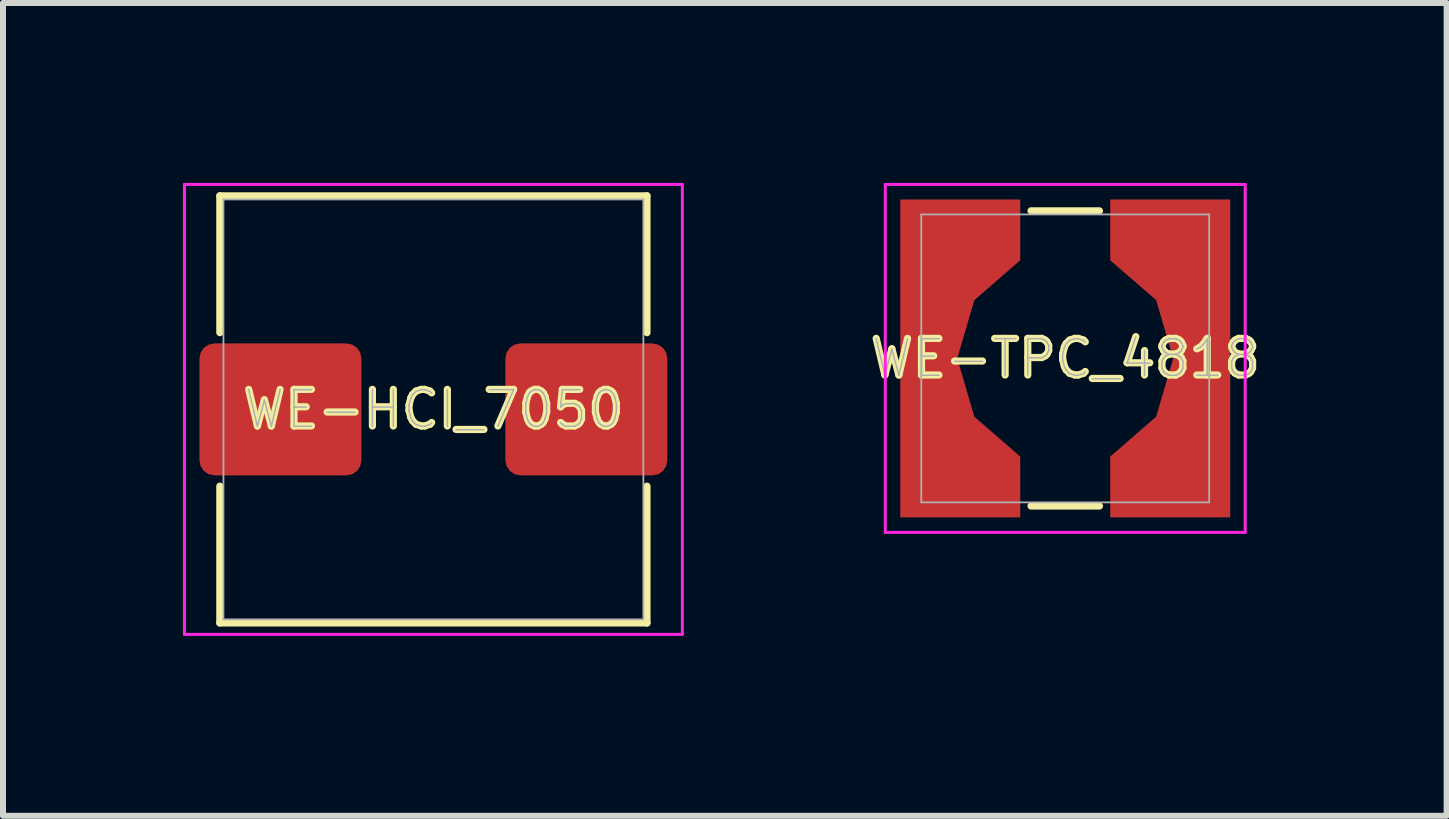
<source format=kicad_pcb>
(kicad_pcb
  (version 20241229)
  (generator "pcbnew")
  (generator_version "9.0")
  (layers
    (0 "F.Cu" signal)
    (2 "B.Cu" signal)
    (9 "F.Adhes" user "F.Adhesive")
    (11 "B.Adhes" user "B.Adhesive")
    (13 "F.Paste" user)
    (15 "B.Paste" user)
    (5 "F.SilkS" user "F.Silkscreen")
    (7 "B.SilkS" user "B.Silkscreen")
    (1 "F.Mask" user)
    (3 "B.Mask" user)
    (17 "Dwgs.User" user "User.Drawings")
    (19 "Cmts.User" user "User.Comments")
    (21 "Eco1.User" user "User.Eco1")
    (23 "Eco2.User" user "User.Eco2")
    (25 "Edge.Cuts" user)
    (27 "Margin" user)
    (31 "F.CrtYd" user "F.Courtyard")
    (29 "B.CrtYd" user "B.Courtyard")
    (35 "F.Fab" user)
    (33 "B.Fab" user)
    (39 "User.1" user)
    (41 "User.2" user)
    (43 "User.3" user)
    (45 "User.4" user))
  (footprint "WE-HCI_7050"
    (layer "F.Cu")
    (at 4.175 3.775)
    (property "Reference" "WE-HCI_7050" (at 0 0 0) (layer "F.SilkS") (effects (font (size 0.61 0.61) (thickness 0.12))))
    (attr smd)
    (fp_line (start -3.56 -3.56) (end -3.56 -1.28) (stroke (width 0.12) (type solid)) (layer "F.SilkS"))
    (fp_line (start -3.56 1.28) (end -3.56 3.56) (stroke (width 0.12) (type solid)) (layer "F.SilkS"))
    (fp_line (start -3.56 3.56) (end 3.56 3.56) (stroke (width 0.12) (type solid)) (layer "F.SilkS"))
    (fp_line (start 3.56 -3.56) (end -3.56 -3.56) (stroke (width 0.12) (type solid)) (layer "F.SilkS"))
    (fp_line (start 3.56 -1.28) (end 3.56 -3.56) (stroke (width 0.12) (type solid)) (layer "F.SilkS"))
    (fp_line (start 3.56 3.56) (end 3.56 1.28) (stroke (width 0.12) (type solid)) (layer "F.SilkS"))
    (fp_line (start -4.15 -3.75) (end 4.15 -3.75) (stroke (width 0.05) (type solid)) (layer "F.CrtYd"))
    (fp_line (start -4.15 3.75) (end -4.15 -3.75) (stroke (width 0.05) (type solid)) (layer "F.CrtYd"))
    (fp_line (start 4.15 -3.75) (end 4.15 3.75) (stroke (width 0.05) (type solid)) (layer "F.CrtYd"))
    (fp_line (start 4.15 3.75) (end -4.15 3.75) (stroke (width 0.05) (type solid)) (layer "F.CrtYd"))
    (fp_line (start -3.5 -3.5) (end 3.5 -3.5) (stroke (width 0.03) (type solid)) (layer "F.Fab"))
    (fp_line (start -3.5 3.5) (end -3.5 -3.5) (stroke (width 0.03) (type solid)) (layer "F.Fab"))
    (fp_line (start 3.5 -3.5) (end 3.5 3.5) (stroke (width 0.03) (type solid)) (layer "F.Fab"))
    (fp_line (start 3.5 3.5) (end -3.5 3.5) (stroke (width 0.03) (type solid)) (layer "F.Fab"))
    (fp_text user "${REFERENCE}" (at 0 0 0) (layer "F.Fab") (effects (font (size 0.61 0.61) (thickness 0.025))))
    (pad "1" smd roundrect (at -2.55 0) (size 2.7 2.2) (layers "F.Cu" "F.Mask" "F.Paste") (roundrect_rratio 0.114))
    (pad "2" smd roundrect (at 2.55 0) (size 2.7 2.2) (layers "F.Cu" "F.Mask" "F.Paste") (roundrect_rratio 0.114)))
  (footprint "WE-TPC_4818"
    (layer "F.Cu")
    (at 14.708 2.925)
    (property "Reference" "WE-TPC_4818" (at 0 0 0) (layer "F.SilkS") (effects (font (size 0.61 0.61) (thickness 0.12))))
    (attr smd)
    (fp_line (start -0.57 2.46) (end 0.57 2.46) (stroke (width 0.12) (type solid)) (layer "F.SilkS"))
    (fp_line (start 0.57 -2.46) (end -0.57 -2.46) (stroke (width 0.12) (type solid)) (layer "F.SilkS"))
    (fp_line (start -3 -2.9) (end 3 -2.9) (stroke (width 0.05) (type solid)) (layer "F.CrtYd"))
    (fp_line (start -3 2.9) (end -3 -2.9) (stroke (width 0.05) (type solid)) (layer "F.CrtYd"))
    (fp_line (start 3 -2.9) (end 3 2.9) (stroke (width 0.05) (type solid)) (layer "F.CrtYd"))
    (fp_line (start 3 2.9) (end -3 2.9) (stroke (width 0.05) (type solid)) (layer "F.CrtYd"))
    (fp_line (start -2.4 -2.4) (end 2.4 -2.4) (stroke (width 0.03) (type solid)) (layer "F.Fab"))
    (fp_line (start -2.4 2.4) (end -2.4 -2.4) (stroke (width 0.03) (type solid)) (layer "F.Fab"))
    (fp_line (start 2.4 -2.4) (end 2.4 2.4) (stroke (width 0.03) (type solid)) (layer "F.Fab"))
    (fp_line (start 2.4 2.4) (end -2.4 2.4) (stroke (width 0.03) (type solid)) (layer "F.Fab"))
    (fp_text user "${REFERENCE}" (at 0 0 0) (layer "F.Fab") (effects (font (size 0.61 0.61) (thickness 0.025))))
    (pad "1" smd custom (at -2.275 0) (size 0.95 0.95) (layers "F.Cu" "F.Mask" "F.Paste") (options (anchor rect)) (primitives (gr_poly (pts (xy -0.475 -2.65) (xy 1.525 -2.65) (xy 1.525 -1.636) (xy 0.76 -0.972) (xy 0.475 0) (xy 0.76 0.972) (xy 1.525 1.636) (xy 1.525 2.65) (xy -0.475 2.65)) (width 0) (fill yes))))
    (pad "2" smd custom (at 2.275 0 180) (size 0.95 0.95) (layers "F.Cu" "F.Mask" "F.Paste") (options (anchor rect)) (primitives (gr_poly (pts (xy -0.475 -2.65) (xy 1.525 -2.65) (xy 1.525 -1.636) (xy 0.76 -0.972) (xy 0.475 0) (xy 0.76 0.972) (xy 1.525 1.636) (xy 1.525 2.65) (xy -0.475 2.65)) (width 0) (fill yes)))))
  (gr_rect
    (start -3 -3)
    (end 21.066 10.55)
    (stroke (width 0.1) (type default))
    (fill no)
    (layer "Edge.Cuts")))
</source>
